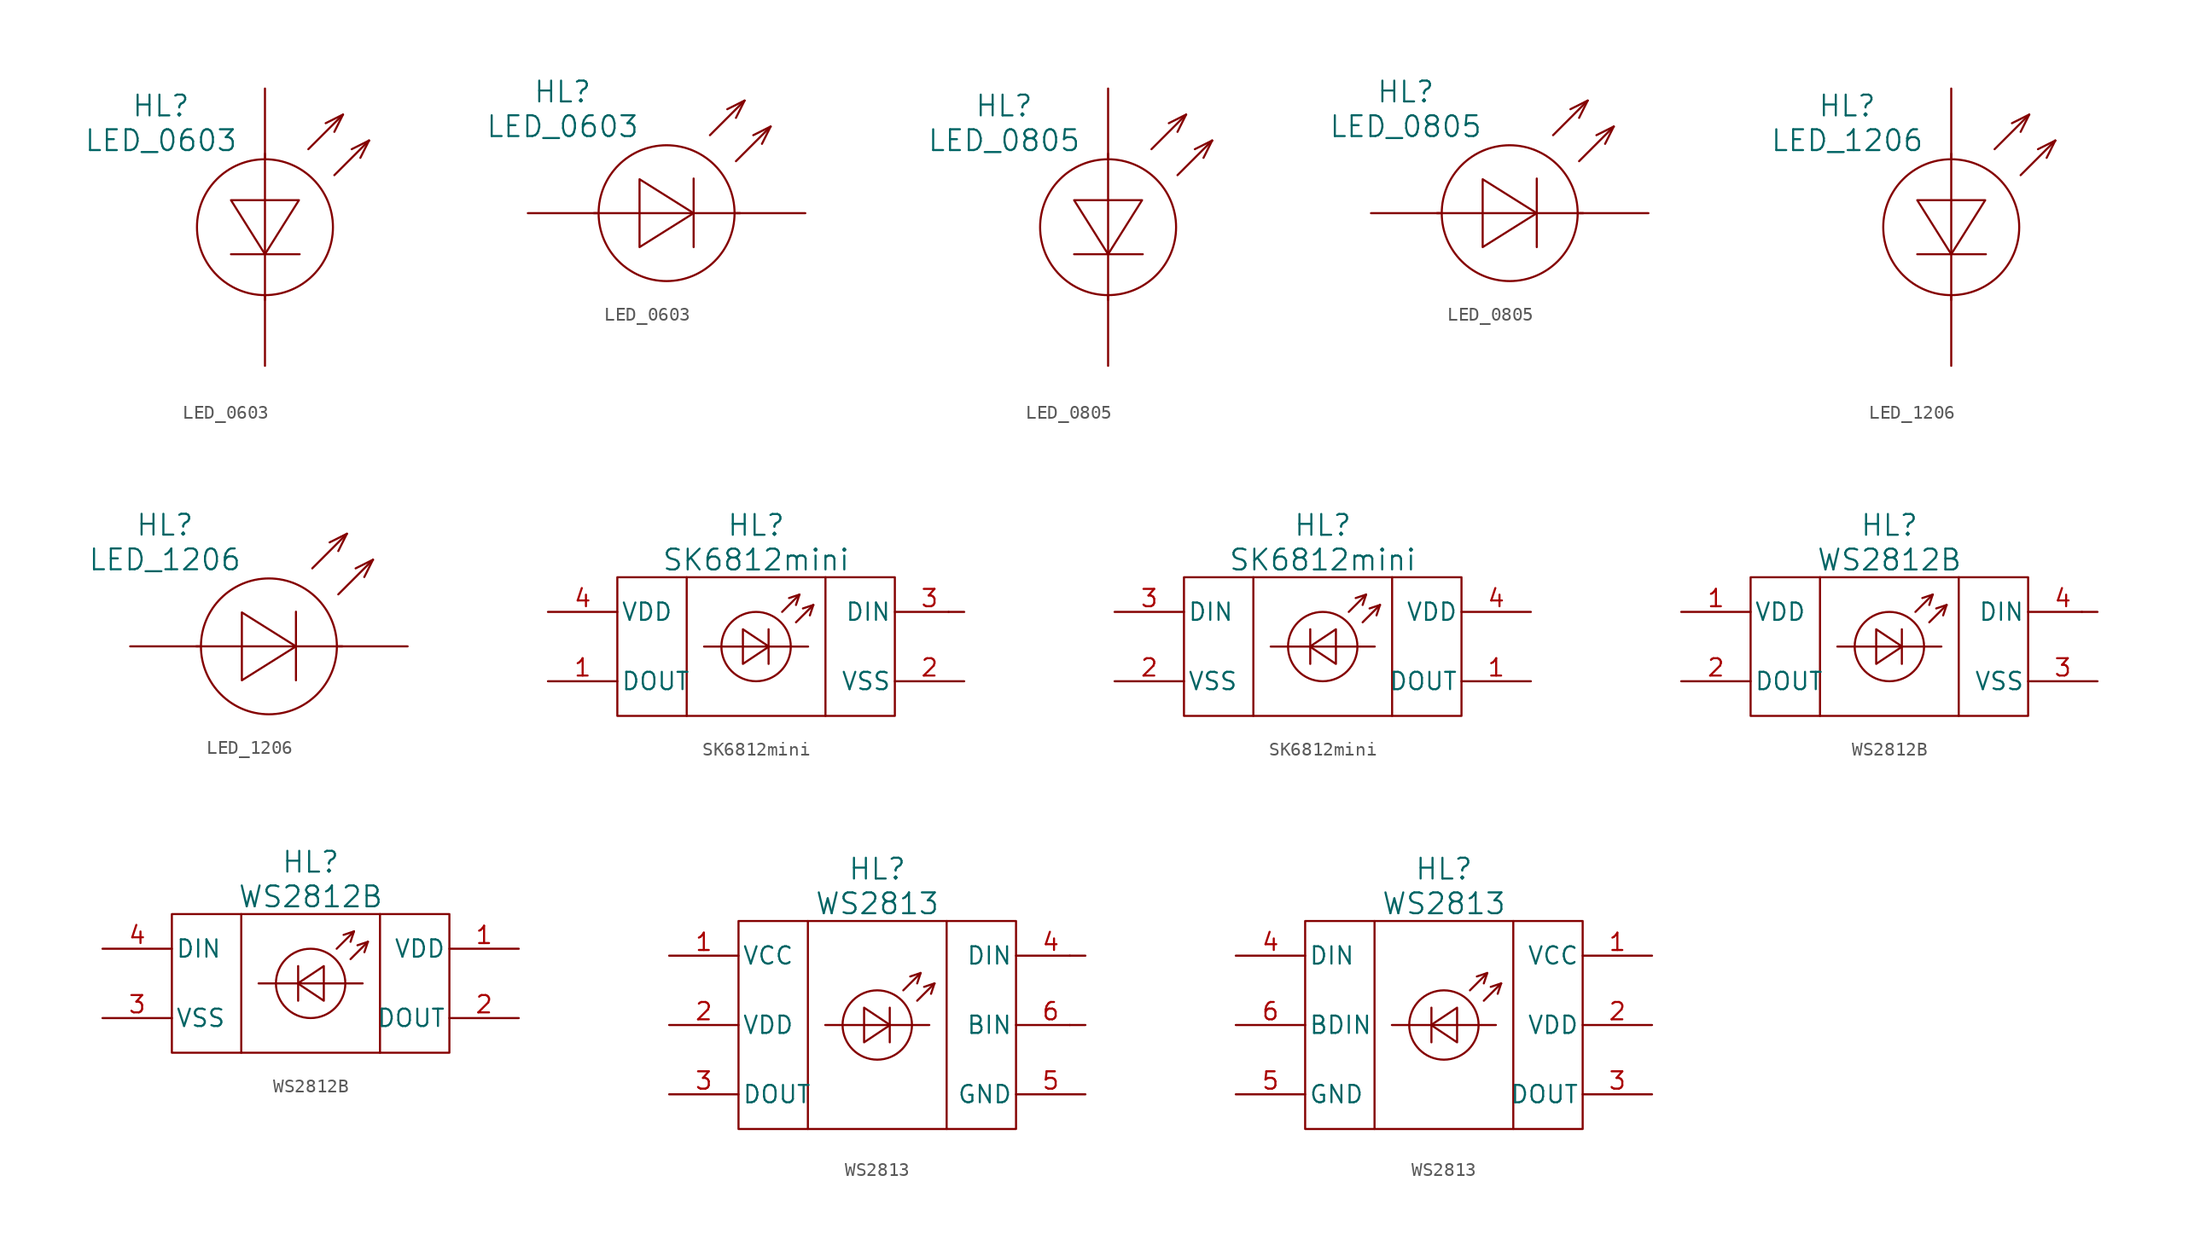
<source format=kicad_sym>
(kicad_symbol_lib
  (version 20220914)
  (generator kicad_symbol_editor)
  (symbol "LED_0603"
    (pin_numbers hide)
    (pin_names
      (offset 1.016) hide)
    (property "Reference" "HL"
      (at -7.62 8.89 0)
      (effects (font (size 1.524 1.524))))
    (property "Value" "LED_0603"
      (at -7.62 6.35 0)
      (effects (font (size 1.524 1.524))))
    (property "Datasheet" ""
      (at -7.62 8.89 0)
      (effects (font (size 1.524 1.524))))
    (symbol "LED_0603_0_0"
      (polyline (pts (xy 3.175 5.715) (xy 5.715 8.255) (xy 5.715 8.255)) (stroke (width 0) (type solid)) (fill (type none)))
      (polyline (pts (xy 5.08 3.81) (xy 7.62 6.35) (xy 7.62 6.35)) (stroke (width 0) (type solid)) (fill (type none)))
      (polyline (pts (xy 7.62 6.35) (xy 6.35 5.715) (xy 6.35 5.715)) (stroke (width 0) (type solid)) (fill (type none)))
      (polyline (pts (xy 7.62 6.35) (xy 6.985 5.08) (xy 6.985 5.08)) (stroke (width 0) (type solid)) (fill (type none)))
      (polyline (pts (xy 5.08 6.985) (xy 5.715 8.255) (xy 4.445 7.62) (xy 4.445 7.62)) (stroke (width 0) (type solid)) (fill (type none)))
      (circle (center 0 0) (radius 4.978) (stroke (width 0) (type solid)) (fill (type none))))
    (symbol "LED_0603_0_1"
      (polyline (pts (xy 0 -5.334) (xy 0 5.385)) (stroke (width 0) (type solid)) (fill (type none)))
      (polyline (pts (xy -2.489 -1.981) (xy 2.489 -1.981) (xy 2.54 -1.981)) (stroke (width 0) (type solid)) (fill (type none)))
      (polyline (pts (xy 0 -1.981) (xy -2.489 1.981) (xy 2.489 1.981) (xy 0 -1.981)) (stroke (width 0) (type solid)) (fill (type none))))
    (symbol "LED_0603_0_2"
      (polyline (pts (xy -5.334 0) (xy 5.385 0)) (stroke (width 0) (type solid)) (fill (type none)))
      (polyline (pts (xy 1.981 -2.489) (xy 1.981 2.489) (xy 1.981 2.54)) (stroke (width 0) (type solid)) (fill (type none)))
      (polyline (pts (xy 1.981 0) (xy -1.981 -2.489) (xy -1.981 2.489) (xy 1.981 0)) (stroke (width 0) (type solid)) (fill (type none))))
    (symbol "LED_0603_1_1"
      (pin passive line (at 0 10.16 270) (length 5.08) (name "A" (effects (font (size 1.27 1.27)))) (number "A" (effects (font (size 1.27 1.27)))))
      (pin passive line (at 0 -10.16 90) (length 5.08) (name "C" (effects (font (size 1.27 1.27)))) (number "C" (effects (font (size 1.27 1.27))))))
    (symbol "LED_0603_1_2"
      (pin passive line (at -10.16 0 0) (length 5.08) (name "A" (effects (font (size 1.27 1.27)))) (number "A" (effects (font (size 1.27 1.27)))))
      (pin passive line (at 10.16 0 180) (length 5.08) (name "C" (effects (font (size 1.27 1.27)))) (number "C" (effects (font (size 1.27 1.27)))))))
  (symbol "LED_0805"
    (pin_numbers hide)
    (pin_names
      (offset 1.016) hide)
    (property "Reference" "HL"
      (at -7.62 8.89 0)
      (effects (font (size 1.524 1.524))))
    (property "Value" "LED_0805"
      (at -7.62 6.35 0)
      (effects (font (size 1.524 1.524))))
    (property "Datasheet" ""
      (at -7.62 8.89 0)
      (effects (font (size 1.524 1.524))))
    (symbol "LED_0805_0_0"
      (polyline (pts (xy 3.175 5.715) (xy 5.715 8.255) (xy 5.715 8.255)) (stroke (width 0) (type solid)) (fill (type none)))
      (polyline (pts (xy 5.08 3.81) (xy 7.62 6.35) (xy 7.62 6.35)) (stroke (width 0) (type solid)) (fill (type none)))
      (polyline (pts (xy 7.62 6.35) (xy 6.35 5.715) (xy 6.35 5.715)) (stroke (width 0) (type solid)) (fill (type none)))
      (polyline (pts (xy 7.62 6.35) (xy 6.985 5.08) (xy 6.985 5.08)) (stroke (width 0) (type solid)) (fill (type none)))
      (polyline (pts (xy 5.08 6.985) (xy 5.715 8.255) (xy 4.445 7.62) (xy 4.445 7.62)) (stroke (width 0) (type solid)) (fill (type none)))
      (circle (center 0 0) (radius 4.978) (stroke (width 0) (type solid)) (fill (type none))))
    (symbol "LED_0805_0_1"
      (polyline (pts (xy 0 -5.334) (xy 0 5.385)) (stroke (width 0) (type solid)) (fill (type none)))
      (polyline (pts (xy -2.489 -1.981) (xy 2.489 -1.981) (xy 2.54 -1.981)) (stroke (width 0) (type solid)) (fill (type none)))
      (polyline (pts (xy 0 -1.981) (xy -2.489 1.981) (xy 2.489 1.981) (xy 0 -1.981)) (stroke (width 0) (type solid)) (fill (type none))))
    (symbol "LED_0805_0_2"
      (polyline (pts (xy -5.334 0) (xy 5.385 0)) (stroke (width 0) (type solid)) (fill (type none)))
      (polyline (pts (xy 1.981 -2.489) (xy 1.981 2.489) (xy 1.981 2.54)) (stroke (width 0) (type solid)) (fill (type none)))
      (polyline (pts (xy 1.981 0) (xy -1.981 -2.489) (xy -1.981 2.489) (xy 1.981 0)) (stroke (width 0) (type solid)) (fill (type none))))
    (symbol "LED_0805_1_1"
      (pin passive line (at 0 10.16 270) (length 5.08) (name "A" (effects (font (size 1.27 1.27)))) (number "A" (effects (font (size 1.27 1.27)))))
      (pin passive line (at 0 -10.16 90) (length 5.08) (name "C" (effects (font (size 1.27 1.27)))) (number "C" (effects (font (size 1.27 1.27))))))
    (symbol "LED_0805_1_2"
      (pin passive line (at -10.16 0 0) (length 5.08) (name "A" (effects (font (size 1.27 1.27)))) (number "A" (effects (font (size 1.27 1.27)))))
      (pin passive line (at 10.16 0 180) (length 5.08) (name "C" (effects (font (size 1.27 1.27)))) (number "C" (effects (font (size 1.27 1.27)))))))
  (symbol "LED_1206"
    (pin_numbers hide)
    (pin_names
      (offset 1.016) hide)
    (property "Reference" "HL"
      (at -7.62 8.89 0)
      (effects (font (size 1.524 1.524))))
    (property "Value" "LED_1206"
      (at -7.62 6.35 0)
      (effects (font (size 1.524 1.524))))
    (property "Datasheet" ""
      (at -7.62 8.89 0)
      (effects (font (size 1.524 1.524))))
    (symbol "LED_1206_0_0"
      (polyline (pts (xy 3.175 5.715) (xy 5.715 8.255) (xy 5.715 8.255)) (stroke (width 0) (type solid)) (fill (type none)))
      (polyline (pts (xy 5.08 3.81) (xy 7.62 6.35) (xy 7.62 6.35)) (stroke (width 0) (type solid)) (fill (type none)))
      (polyline (pts (xy 7.62 6.35) (xy 6.35 5.715) (xy 6.35 5.715)) (stroke (width 0) (type solid)) (fill (type none)))
      (polyline (pts (xy 7.62 6.35) (xy 6.985 5.08) (xy 6.985 5.08)) (stroke (width 0) (type solid)) (fill (type none)))
      (polyline (pts (xy 5.08 6.985) (xy 5.715 8.255) (xy 4.445 7.62) (xy 4.445 7.62)) (stroke (width 0) (type solid)) (fill (type none)))
      (circle (center 0 0) (radius 4.978) (stroke (width 0) (type solid)) (fill (type none))))
    (symbol "LED_1206_0_1"
      (polyline (pts (xy 0 -5.334) (xy 0 5.385)) (stroke (width 0) (type solid)) (fill (type none)))
      (polyline (pts (xy -2.489 -1.981) (xy 2.489 -1.981) (xy 2.54 -1.981)) (stroke (width 0) (type solid)) (fill (type none)))
      (polyline (pts (xy 0 -1.981) (xy -2.489 1.981) (xy 2.489 1.981) (xy 0 -1.981)) (stroke (width 0) (type solid)) (fill (type none))))
    (symbol "LED_1206_0_2"
      (polyline (pts (xy -5.334 0) (xy 5.385 0)) (stroke (width 0) (type solid)) (fill (type none)))
      (polyline (pts (xy 1.981 -2.489) (xy 1.981 2.489) (xy 1.981 2.54)) (stroke (width 0) (type solid)) (fill (type none)))
      (polyline (pts (xy 1.981 0) (xy -1.981 -2.489) (xy -1.981 2.489) (xy 1.981 0)) (stroke (width 0) (type solid)) (fill (type none))))
    (symbol "LED_1206_1_1"
      (pin passive line (at 0 10.16 270) (length 5.08) (name "A" (effects (font (size 1.27 1.27)))) (number "A" (effects (font (size 1.27 1.27)))))
      (pin passive line (at 0 -10.16 90) (length 5.08) (name "C" (effects (font (size 1.27 1.27)))) (number "C" (effects (font (size 1.27 1.27))))))
    (symbol "LED_1206_1_2"
      (pin passive line (at -10.16 0 0) (length 5.08) (name "A" (effects (font (size 1.27 1.27)))) (number "A" (effects (font (size 1.27 1.27)))))
      (pin passive line (at 10.16 0 180) (length 5.08) (name "C" (effects (font (size 1.27 1.27)))) (number "C" (effects (font (size 1.27 1.27)))))))
  (symbol "SK6812mini"
    (pin_names
      (offset 0.254))
    (property "Reference" "HL"
      (at 0 8.89 0)
      (effects (font (size 1.524 1.524))))
    (property "Value" "SK6812mini"
      (at 0 6.35 0)
      (effects (font (size 1.524 1.524))))
    (property "Datasheet" ""
      (at -6.35 5.08 0)
      (effects (font (size 1.524 1.524))))
    (symbol "SK6812mini_0_0"
      (rectangle (start -10.16 5.08) (end 10.16 -5.08) (stroke (width 0) (type solid)) (fill (type none)))
      (polyline (pts (xy -5.08 5.08) (xy -5.08 -5.08)) (stroke (width 0) (type solid)) (fill (type none)))
      (polyline (pts (xy 3.175 3.81) (xy 1.905 2.54)) (stroke (width 0) (type solid)) (fill (type none)))
      (polyline (pts (xy 3.175 3.81) (xy 2.413 3.556)) (stroke (width 0) (type solid)) (fill (type none)))
      (polyline (pts (xy 3.175 3.81) (xy 2.921 3.048)) (stroke (width 0) (type solid)) (fill (type none)))
      (polyline (pts (xy 3.81 0) (xy -3.81 0)) (stroke (width 0) (type solid)) (fill (type none)))
      (polyline (pts (xy 4.191 3.048) (xy 2.921 1.778)) (stroke (width 0) (type solid)) (fill (type none)))
      (polyline (pts (xy 4.191 3.048) (xy 3.429 2.794)) (stroke (width 0) (type solid)) (fill (type none)))
      (polyline (pts (xy 4.191 3.048) (xy 3.937 2.286)) (stroke (width 0) (type solid)) (fill (type none)))
      (polyline (pts (xy 5.08 5.08) (xy 5.08 -5.08)) (stroke (width 0) (type solid)) (fill (type none))))
    (symbol "SK6812mini_0_1"
      (polyline (pts (xy 0.914 1.27) (xy 0.914 -1.27)) (stroke (width 0) (type solid)) (fill (type none)))
      (polyline (pts (xy 14.097 2.54) (xy 14.097 2.54)) (stroke (width 0) (type solid)) (fill (type none)))
      (polyline (pts (xy -0.965 -1.27) (xy 0.94 0) (xy -0.965 1.27) (xy -0.965 -1.27)) (stroke (width 0) (type solid)) (fill (type none))))
    (symbol "SK6812mini_0_2"
      (polyline (pts (xy -0.914 1.27) (xy -0.914 -1.27)) (stroke (width 0) (type solid)) (fill (type none)))
      (polyline (pts (xy 0.965 -1.27) (xy -0.94 0) (xy 0.965 1.27) (xy 0.965 -1.27)) (stroke (width 0) (type solid)) (fill (type none))))
    (symbol "SK6812mini_1_0"
      (circle (center 0 0) (radius 2.54) (stroke (width 0) (type solid)) (fill (type none))))
    (symbol "SK6812mini_1_1"
      (pin passive line (at -15.24 -2.54 0) (length 5.08) (name "DOUT" (effects (font (size 1.27 1.27)))) (number "1" (effects (font (size 1.27 1.27)))))
      (pin power_in line (at 15.24 -2.54 180) (length 5.08) (name "VSS" (effects (font (size 1.27 1.27)))) (number "2" (effects (font (size 1.27 1.27)))))
      (pin passive line (at 15.24 2.54 180) (length 5.08) (name "DIN" (effects (font (size 1.27 1.27)))) (number "3" (effects (font (size 1.27 1.27)))))
      (pin power_in line (at -15.24 2.54 0) (length 5.08) (name "VDD" (effects (font (size 1.27 1.27)))) (number "4" (effects (font (size 1.27 1.27))))))
    (symbol "SK6812mini_1_2"
      (pin passive line (at 15.24 -2.54 180) (length 5.08) (name "DOUT" (effects (font (size 1.27 1.27)))) (number "1" (effects (font (size 1.27 1.27)))))
      (pin power_in line (at -15.24 -2.54 0) (length 5.08) (name "VSS" (effects (font (size 1.27 1.27)))) (number "2" (effects (font (size 1.27 1.27)))))
      (pin passive line (at -15.24 2.54 0) (length 5.08) (name "DIN" (effects (font (size 1.27 1.27)))) (number "3" (effects (font (size 1.27 1.27)))))
      (pin power_in line (at 15.24 2.54 180) (length 5.08) (name "VDD" (effects (font (size 1.27 1.27)))) (number "4" (effects (font (size 1.27 1.27)))))))
  (symbol "WS2812B"
    (pin_names
      (offset 0.254))
    (property "Reference" "HL"
      (at 0 8.89 0)
      (effects (font (size 1.524 1.524))))
    (property "Value" "WS2812B"
      (at 0 6.35 0)
      (effects (font (size 1.524 1.524))))
    (property "Datasheet" ""
      (at -6.35 5.08 0)
      (effects (font (size 1.524 1.524))))
    (symbol "WS2812B_0_0"
      (rectangle (start -10.16 5.08) (end 10.16 -5.08) (stroke (width 0) (type solid)) (fill (type none)))
      (polyline (pts (xy -5.08 5.08) (xy -5.08 -5.08)) (stroke (width 0) (type solid)) (fill (type none)))
      (polyline (pts (xy 3.175 3.81) (xy 1.905 2.54)) (stroke (width 0) (type solid)) (fill (type none)))
      (polyline (pts (xy 3.175 3.81) (xy 2.413 3.556)) (stroke (width 0) (type solid)) (fill (type none)))
      (polyline (pts (xy 3.175 3.81) (xy 2.921 3.048)) (stroke (width 0) (type solid)) (fill (type none)))
      (polyline (pts (xy 3.81 0) (xy -3.81 0)) (stroke (width 0) (type solid)) (fill (type none)))
      (polyline (pts (xy 4.191 3.048) (xy 2.921 1.778)) (stroke (width 0) (type solid)) (fill (type none)))
      (polyline (pts (xy 4.191 3.048) (xy 3.429 2.794)) (stroke (width 0) (type solid)) (fill (type none)))
      (polyline (pts (xy 4.191 3.048) (xy 3.937 2.286)) (stroke (width 0) (type solid)) (fill (type none)))
      (polyline (pts (xy 5.08 5.08) (xy 5.08 -5.08)) (stroke (width 0) (type solid)) (fill (type none))))
    (symbol "WS2812B_0_1"
      (polyline (pts (xy 0.914 1.27) (xy 0.914 -1.27)) (stroke (width 0) (type solid)) (fill (type none)))
      (polyline (pts (xy 14.097 2.54) (xy 14.097 2.54)) (stroke (width 0) (type solid)) (fill (type none)))
      (polyline (pts (xy -0.965 -1.27) (xy 0.94 0) (xy -0.965 1.27) (xy -0.965 -1.27)) (stroke (width 0) (type solid)) (fill (type none))))
    (symbol "WS2812B_0_2"
      (polyline (pts (xy -0.914 1.27) (xy -0.914 -1.27)) (stroke (width 0) (type solid)) (fill (type none)))
      (polyline (pts (xy 0.965 -1.27) (xy -0.94 0) (xy 0.965 1.27) (xy 0.965 -1.27)) (stroke (width 0) (type solid)) (fill (type none))))
    (symbol "WS2812B_1_0"
      (circle (center 0 0) (radius 2.54) (stroke (width 0) (type solid)) (fill (type none))))
    (symbol "WS2812B_1_1"
      (pin power_in line (at -15.24 2.54 0) (length 5.08) (name "VDD" (effects (font (size 1.27 1.27)))) (number "1" (effects (font (size 1.27 1.27)))))
      (pin passive line (at -15.24 -2.54 0) (length 5.08) (name "DOUT" (effects (font (size 1.27 1.27)))) (number "2" (effects (font (size 1.27 1.27)))))
      (pin power_in line (at 15.24 -2.54 180) (length 5.08) (name "VSS" (effects (font (size 1.27 1.27)))) (number "3" (effects (font (size 1.27 1.27)))))
      (pin passive line (at 15.24 2.54 180) (length 5.08) (name "DIN" (effects (font (size 1.27 1.27)))) (number "4" (effects (font (size 1.27 1.27))))))
    (symbol "WS2812B_1_2"
      (pin power_in line (at 15.24 2.54 180) (length 5.08) (name "VDD" (effects (font (size 1.27 1.27)))) (number "1" (effects (font (size 1.27 1.27)))))
      (pin passive line (at 15.24 -2.54 180) (length 5.08) (name "DOUT" (effects (font (size 1.27 1.27)))) (number "2" (effects (font (size 1.27 1.27)))))
      (pin power_in line (at -15.24 -2.54 0) (length 5.08) (name "VSS" (effects (font (size 1.27 1.27)))) (number "3" (effects (font (size 1.27 1.27)))))
      (pin passive line (at -15.24 2.54 0) (length 5.08) (name "DIN" (effects (font (size 1.27 1.27)))) (number "4" (effects (font (size 1.27 1.27)))))))
  (symbol "WS2813"
    (pin_names
      (offset 0.254))
    (property "Reference" "HL"
      (at 0 11.43 0)
      (effects (font (size 1.524 1.524))))
    (property "Value" "WS2813"
      (at 0 8.89 0)
      (effects (font (size 1.524 1.524))))
    (property "Datasheet" ""
      (at -6.35 7.62 0)
      (effects (font (size 1.524 1.524))))
    (symbol "WS2813_0_0"
      (rectangle (start -10.16 7.62) (end 10.16 -7.62) (stroke (width 0) (type solid)) (fill (type none)))
      (polyline (pts (xy -5.08 7.62) (xy -5.08 -7.62)) (stroke (width 0) (type solid)) (fill (type none)))
      (polyline (pts (xy 3.175 3.81) (xy 1.905 2.54)) (stroke (width 0) (type solid)) (fill (type none)))
      (polyline (pts (xy 3.175 3.81) (xy 2.413 3.556)) (stroke (width 0) (type solid)) (fill (type none)))
      (polyline (pts (xy 3.175 3.81) (xy 2.921 3.048)) (stroke (width 0) (type solid)) (fill (type none)))
      (polyline (pts (xy 3.81 0) (xy -3.81 0)) (stroke (width 0) (type solid)) (fill (type none)))
      (polyline (pts (xy 4.191 3.048) (xy 2.921 1.778)) (stroke (width 0) (type solid)) (fill (type none)))
      (polyline (pts (xy 4.191 3.048) (xy 3.429 2.794)) (stroke (width 0) (type solid)) (fill (type none)))
      (polyline (pts (xy 4.191 3.048) (xy 3.937 2.286)) (stroke (width 0) (type solid)) (fill (type none)))
      (polyline (pts (xy 5.08 7.62) (xy 5.08 -7.62)) (stroke (width 0) (type solid)) (fill (type none))))
    (symbol "WS2813_0_1"
      (polyline (pts (xy 0.914 1.27) (xy 0.914 -1.27)) (stroke (width 0) (type solid)) (fill (type none)))
      (polyline (pts (xy 14.097 0) (xy 14.097 0)) (stroke (width 0) (type solid)) (fill (type none)))
      (polyline (pts (xy 14.097 5.08) (xy 14.097 5.08)) (stroke (width 0) (type solid)) (fill (type none)))
      (polyline (pts (xy -0.965 -1.27) (xy 0.94 0) (xy -0.965 1.27) (xy -0.965 -1.27)) (stroke (width 0) (type solid)) (fill (type none))))
    (symbol "WS2813_0_2"
      (polyline (pts (xy -0.914 1.27) (xy -0.914 -1.27)) (stroke (width 0) (type solid)) (fill (type none)))
      (polyline (pts (xy 0.965 -1.27) (xy -0.94 0) (xy 0.965 1.27) (xy 0.965 -1.27)) (stroke (width 0) (type solid)) (fill (type none))))
    (symbol "WS2813_1_0"
      (circle (center 0 0) (radius 2.54) (stroke (width 0) (type solid)) (fill (type none))))
    (symbol "WS2813_1_1"
      (pin power_in line (at -15.24 5.08 0) (length 5.08) (name "VCC" (effects (font (size 1.27 1.27)))) (number "1" (effects (font (size 1.27 1.27)))))
      (pin power_in line (at -15.24 0 0) (length 5.08) (name "VDD" (effects (font (size 1.27 1.27)))) (number "2" (effects (font (size 1.27 1.27)))))
      (pin passive line (at -15.24 -5.08 0) (length 5.08) (name "DOUT" (effects (font (size 1.27 1.27)))) (number "3" (effects (font (size 1.27 1.27)))))
      (pin passive line (at 15.24 5.08 180) (length 5.08) (name "DIN" (effects (font (size 1.27 1.27)))) (number "4" (effects (font (size 1.27 1.27)))))
      (pin power_in line (at 15.24 -5.08 180) (length 5.08) (name "GND" (effects (font (size 1.27 1.27)))) (number "5" (effects (font (size 1.27 1.27)))))
      (pin passive line (at 15.24 0 180) (length 5.08) (name "BIN" (effects (font (size 1.27 1.27)))) (number "6" (effects (font (size 1.27 1.27))))))
    (symbol "WS2813_1_2"
      (pin power_in line (at 15.24 5.08 180) (length 5.08) (name "VCC" (effects (font (size 1.27 1.27)))) (number "1" (effects (font (size 1.27 1.27)))))
      (pin power_in line (at 15.24 0 180) (length 5.08) (name "VDD" (effects (font (size 1.27 1.27)))) (number "2" (effects (font (size 1.27 1.27)))))
      (pin passive line (at 15.24 -5.08 180) (length 5.08) (name "DOUT" (effects (font (size 1.27 1.27)))) (number "3" (effects (font (size 1.27 1.27)))))
      (pin passive line (at -15.24 5.08 0) (length 5.08) (name "DIN" (effects (font (size 1.27 1.27)))) (number "4" (effects (font (size 1.27 1.27)))))
      (pin power_in line (at -15.24 -5.08 0) (length 5.08) (name "GND" (effects (font (size 1.27 1.27)))) (number "5" (effects (font (size 1.27 1.27)))))
      (pin passive line (at -15.24 0 0) (length 5.08) (name "BDIN" (effects (font (size 1.27 1.27)))) (number "6" (effects (font (size 1.27 1.27))))))))
</source>
